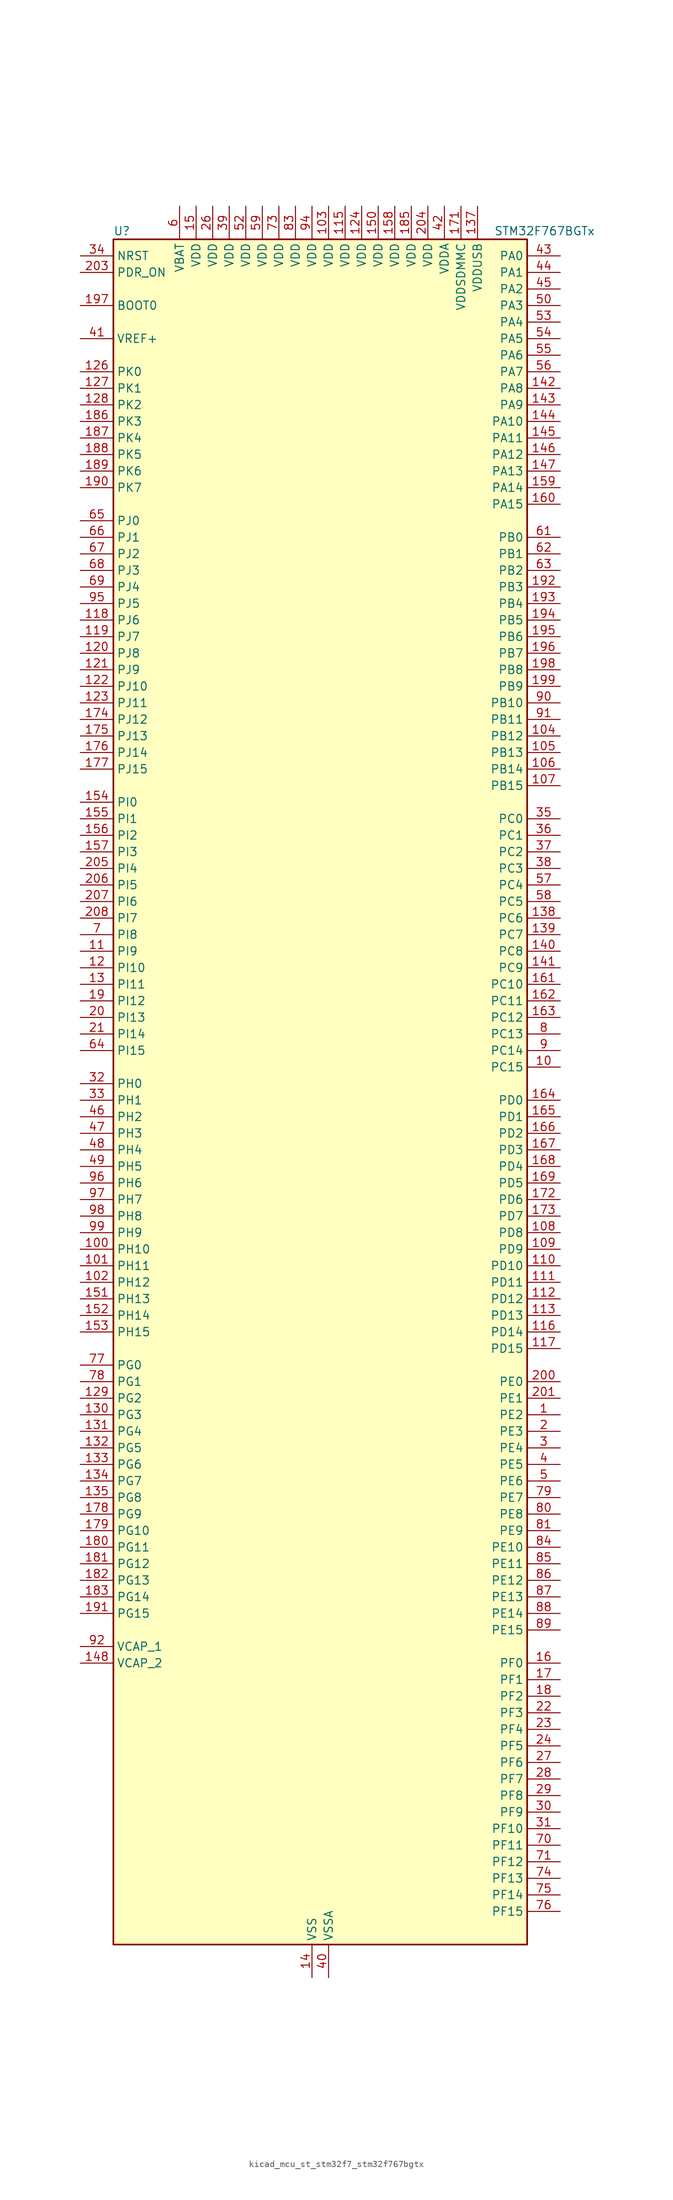
<source format=kicad_sym>
(kicad_symbol_lib
  (version 20220914)
  (generator kicad_symbol_editor)
  (symbol "kicad_mcu_st_stm32f7_stm32f767bgtx"
    (property "Reference" "U"
      (at -30.48 133.35 0)
      (effects (font (size 1.27 1.27)) (justify left)))
    (property "Value" "STM32F767BGTx"
      (at 27.94 133.35 0)
      (effects (font (size 1.27 1.27)) (justify left)))
    (property "ki_locked" ""
      (at 0 0 0)
      (effects (font (size 1.27 1.27))))
    (symbol "kicad_mcu_st_stm32f7_stm32f767bgtx_0_1"
      (rectangle (start -30.48 -129.54) (end 33.02 132.08) (stroke (width 0.254) (type default)) (fill (type background))))
    (symbol "kicad_mcu_st_stm32f7_stm32f767bgtx_1_1"
      (pin bidirectional line (at 38.1 -48.26 180) (length 5.08) (name "PE2" (effects (font (size 1.27 1.27)))) (number "1" (effects (font (size 1.27 1.27)))) (alternate "ETH_TXD3" bidirectional line) (alternate "FMC_A23" bidirectional line) (alternate "QUADSPI_BK1_IO2" bidirectional line) (alternate "SAI1_MCLK_A" bidirectional line) (alternate "SPI4_SCK" bidirectional line) (alternate "SYS_TRACECLK" bidirectional line))
      (pin bidirectional line (at 38.1 5.08 180) (length 5.08) (name "PC15" (effects (font (size 1.27 1.27)))) (number "10" (effects (font (size 1.27 1.27)))) (alternate "RCC_OSC32_OUT" bidirectional line))
      (pin bidirectional line (at -35.56 -22.86 0) (length 5.08) (name "PH10" (effects (font (size 1.27 1.27)))) (number "100" (effects (font (size 1.27 1.27)))) (alternate "DCMI_D1" bidirectional line) (alternate "FMC_D18" bidirectional line) (alternate "I2C4_SMBA" bidirectional line) (alternate "LTDC_R4" bidirectional line) (alternate "TIM5_CH1" bidirectional line))
      (pin bidirectional line (at -35.56 -25.4 0) (length 5.08) (name "PH11" (effects (font (size 1.27 1.27)))) (number "101" (effects (font (size 1.27 1.27)))) (alternate "ADC1_EXTI11" bidirectional line) (alternate "ADC2_EXTI11" bidirectional line) (alternate "ADC3_EXTI11" bidirectional line) (alternate "DCMI_D2" bidirectional line) (alternate "FMC_D19" bidirectional line) (alternate "I2C4_SCL" bidirectional line) (alternate "LTDC_R5" bidirectional line) (alternate "TIM5_CH2" bidirectional line))
      (pin bidirectional line (at -35.56 -27.94 0) (length 5.08) (name "PH12" (effects (font (size 1.27 1.27)))) (number "102" (effects (font (size 1.27 1.27)))) (alternate "DCMI_D3" bidirectional line) (alternate "FMC_D20" bidirectional line) (alternate "I2C4_SDA" bidirectional line) (alternate "LTDC_R6" bidirectional line) (alternate "TIM5_CH3" bidirectional line))
      (pin power_in line (at 2.54 137.16 270) (length 5.08) (name "VDD" (effects (font (size 1.27 1.27)))) (number "103" (effects (font (size 1.27 1.27)))))
      (pin bidirectional line (at 38.1 55.88 180) (length 5.08) (name "PB12" (effects (font (size 1.27 1.27)))) (number "104" (effects (font (size 1.27 1.27)))) (alternate "CAN2_RX" bidirectional line) (alternate "DFSDM1_DATIN1" bidirectional line) (alternate "ETH_TXD0" bidirectional line) (alternate "I2C2_SMBA" bidirectional line) (alternate "I2S2_WS" bidirectional line) (alternate "SPI2_NSS" bidirectional line) (alternate "TIM1_BKIN" bidirectional line) (alternate "UART5_RX" bidirectional line) (alternate "USART3_CK" bidirectional line) (alternate "USB_OTG_HS_ID" bidirectional line) (alternate "USB_OTG_HS_ULPI_D5" bidirectional line))
      (pin bidirectional line (at 38.1 53.34 180) (length 5.08) (name "PB13" (effects (font (size 1.27 1.27)))) (number "105" (effects (font (size 1.27 1.27)))) (alternate "CAN2_TX" bidirectional line) (alternate "DFSDM1_CKIN1" bidirectional line) (alternate "ETH_TXD1" bidirectional line) (alternate "I2S2_CK" bidirectional line) (alternate "SPI2_SCK" bidirectional line) (alternate "TIM1_CH1N" bidirectional line) (alternate "UART5_TX" bidirectional line) (alternate "USART3_CTS" bidirectional line) (alternate "USB_OTG_HS_ULPI_D6" bidirectional line) (alternate "USB_OTG_HS_VBUS" bidirectional line))
      (pin bidirectional line (at 38.1 50.8 180) (length 5.08) (name "PB14" (effects (font (size 1.27 1.27)))) (number "106" (effects (font (size 1.27 1.27)))) (alternate "DFSDM1_DATIN2" bidirectional line) (alternate "SDMMC2_D0" bidirectional line) (alternate "SPI2_MISO" bidirectional line) (alternate "TIM12_CH1" bidirectional line) (alternate "TIM1_CH2N" bidirectional line) (alternate "TIM8_CH2N" bidirectional line) (alternate "UART4_DE" bidirectional line) (alternate "UART4_RTS" bidirectional line) (alternate "USART1_TX" bidirectional line) (alternate "USART3_DE" bidirectional line) (alternate "USART3_RTS" bidirectional line) (alternate "USB_OTG_HS_DM" bidirectional line))
      (pin bidirectional line (at 38.1 48.26 180) (length 5.08) (name "PB15" (effects (font (size 1.27 1.27)))) (number "107" (effects (font (size 1.27 1.27)))) (alternate "DFSDM1_CKIN2" bidirectional line) (alternate "I2S2_SD" bidirectional line) (alternate "RTC_REFIN" bidirectional line) (alternate "SDMMC2_D1" bidirectional line) (alternate "SPI2_MOSI" bidirectional line) (alternate "TIM12_CH2" bidirectional line) (alternate "TIM1_CH3N" bidirectional line) (alternate "TIM8_CH3N" bidirectional line) (alternate "UART4_CTS" bidirectional line) (alternate "USART1_RX" bidirectional line) (alternate "USB_OTG_HS_DP" bidirectional line))
      (pin bidirectional line (at 38.1 -20.32 180) (length 5.08) (name "PD8" (effects (font (size 1.27 1.27)))) (number "108" (effects (font (size 1.27 1.27)))) (alternate "DFSDM1_CKIN3" bidirectional line) (alternate "FMC_D13" bidirectional line) (alternate "FMC_DA13" bidirectional line) (alternate "SPDIFRX_IN1" bidirectional line) (alternate "USART3_TX" bidirectional line))
      (pin bidirectional line (at 38.1 -22.86 180) (length 5.08) (name "PD9" (effects (font (size 1.27 1.27)))) (number "109" (effects (font (size 1.27 1.27)))) (alternate "DAC_EXTI9" bidirectional line) (alternate "DFSDM1_DATIN3" bidirectional line) (alternate "FMC_D14" bidirectional line) (alternate "FMC_DA14" bidirectional line) (alternate "USART3_RX" bidirectional line))
      (pin bidirectional line (at -35.56 22.86 0) (length 5.08) (name "PI9" (effects (font (size 1.27 1.27)))) (number "11" (effects (font (size 1.27 1.27)))) (alternate "CAN1_RX" bidirectional line) (alternate "DAC_EXTI9" bidirectional line) (alternate "FMC_D30" bidirectional line) (alternate "LTDC_VSYNC" bidirectional line) (alternate "UART4_RX" bidirectional line))
      (pin bidirectional line (at 38.1 -25.4 180) (length 5.08) (name "PD10" (effects (font (size 1.27 1.27)))) (number "110" (effects (font (size 1.27 1.27)))) (alternate "DFSDM1_CKOUT" bidirectional line) (alternate "FMC_D15" bidirectional line) (alternate "FMC_DA15" bidirectional line) (alternate "LTDC_B3" bidirectional line) (alternate "USART3_CK" bidirectional line))
      (pin bidirectional line (at 38.1 -27.94 180) (length 5.08) (name "PD11" (effects (font (size 1.27 1.27)))) (number "111" (effects (font (size 1.27 1.27)))) (alternate "ADC1_EXTI11" bidirectional line) (alternate "ADC2_EXTI11" bidirectional line) (alternate "ADC3_EXTI11" bidirectional line) (alternate "FMC_A16" bidirectional line) (alternate "FMC_CLE" bidirectional line) (alternate "I2C4_SMBA" bidirectional line) (alternate "QUADSPI_BK1_IO0" bidirectional line) (alternate "SAI2_SD_A" bidirectional line) (alternate "USART3_CTS" bidirectional line))
      (pin bidirectional line (at 38.1 -30.48 180) (length 5.08) (name "PD12" (effects (font (size 1.27 1.27)))) (number "112" (effects (font (size 1.27 1.27)))) (alternate "FMC_A17" bidirectional line) (alternate "FMC_ALE" bidirectional line) (alternate "I2C4_SCL" bidirectional line) (alternate "LPTIM1_IN1" bidirectional line) (alternate "QUADSPI_BK1_IO1" bidirectional line) (alternate "SAI2_FS_A" bidirectional line) (alternate "TIM4_CH1" bidirectional line) (alternate "USART3_DE" bidirectional line) (alternate "USART3_RTS" bidirectional line))
      (pin bidirectional line (at 38.1 -33.02 180) (length 5.08) (name "PD13" (effects (font (size 1.27 1.27)))) (number "113" (effects (font (size 1.27 1.27)))) (alternate "FMC_A18" bidirectional line) (alternate "I2C4_SDA" bidirectional line) (alternate "LPTIM1_OUT" bidirectional line) (alternate "QUADSPI_BK1_IO3" bidirectional line) (alternate "SAI2_SCK_A" bidirectional line) (alternate "TIM4_CH2" bidirectional line))
      (pin passive line (at 0 -134.62 90) (length 5.08) hide (name "VSS" (effects (font (size 1.27 1.27)))) (number "114" (effects (font (size 1.27 1.27)))))
      (pin power_in line (at 5.08 137.16 270) (length 5.08) (name "VDD" (effects (font (size 1.27 1.27)))) (number "115" (effects (font (size 1.27 1.27)))))
      (pin bidirectional line (at 38.1 -35.56 180) (length 5.08) (name "PD14" (effects (font (size 1.27 1.27)))) (number "116" (effects (font (size 1.27 1.27)))) (alternate "FMC_D0" bidirectional line) (alternate "FMC_DA0" bidirectional line) (alternate "TIM4_CH3" bidirectional line) (alternate "UART8_CTS" bidirectional line))
      (pin bidirectional line (at 38.1 -38.1 180) (length 5.08) (name "PD15" (effects (font (size 1.27 1.27)))) (number "117" (effects (font (size 1.27 1.27)))) (alternate "FMC_D1" bidirectional line) (alternate "FMC_DA1" bidirectional line) (alternate "TIM4_CH4" bidirectional line) (alternate "UART8_DE" bidirectional line) (alternate "UART8_RTS" bidirectional line))
      (pin bidirectional line (at -35.56 73.66 0) (length 5.08) (name "PJ6" (effects (font (size 1.27 1.27)))) (number "118" (effects (font (size 1.27 1.27)))) (alternate "LTDC_R7" bidirectional line))
      (pin bidirectional line (at -35.56 71.12 0) (length 5.08) (name "PJ7" (effects (font (size 1.27 1.27)))) (number "119" (effects (font (size 1.27 1.27)))) (alternate "LTDC_G0" bidirectional line))
      (pin bidirectional line (at -35.56 20.32 0) (length 5.08) (name "PI10" (effects (font (size 1.27 1.27)))) (number "12" (effects (font (size 1.27 1.27)))) (alternate "ETH_RX_ER" bidirectional line) (alternate "FMC_D31" bidirectional line) (alternate "LTDC_HSYNC" bidirectional line))
      (pin bidirectional line (at -35.56 68.58 0) (length 5.08) (name "PJ8" (effects (font (size 1.27 1.27)))) (number "120" (effects (font (size 1.27 1.27)))) (alternate "LTDC_G1" bidirectional line))
      (pin bidirectional line (at -35.56 66.04 0) (length 5.08) (name "PJ9" (effects (font (size 1.27 1.27)))) (number "121" (effects (font (size 1.27 1.27)))) (alternate "DAC_EXTI9" bidirectional line) (alternate "LTDC_G2" bidirectional line))
      (pin bidirectional line (at -35.56 63.5 0) (length 5.08) (name "PJ10" (effects (font (size 1.27 1.27)))) (number "122" (effects (font (size 1.27 1.27)))) (alternate "LTDC_G3" bidirectional line))
      (pin bidirectional line (at -35.56 60.96 0) (length 5.08) (name "PJ11" (effects (font (size 1.27 1.27)))) (number "123" (effects (font (size 1.27 1.27)))) (alternate "ADC1_EXTI11" bidirectional line) (alternate "ADC2_EXTI11" bidirectional line) (alternate "ADC3_EXTI11" bidirectional line) (alternate "LTDC_G4" bidirectional line))
      (pin power_in line (at 7.62 137.16 270) (length 5.08) (name "VDD" (effects (font (size 1.27 1.27)))) (number "124" (effects (font (size 1.27 1.27)))))
      (pin passive line (at 0 -134.62 90) (length 5.08) hide (name "VSS" (effects (font (size 1.27 1.27)))) (number "125" (effects (font (size 1.27 1.27)))))
      (pin bidirectional line (at -35.56 111.76 0) (length 5.08) (name "PK0" (effects (font (size 1.27 1.27)))) (number "126" (effects (font (size 1.27 1.27)))) (alternate "LTDC_G5" bidirectional line))
      (pin bidirectional line (at -35.56 109.22 0) (length 5.08) (name "PK1" (effects (font (size 1.27 1.27)))) (number "127" (effects (font (size 1.27 1.27)))) (alternate "LTDC_G6" bidirectional line))
      (pin bidirectional line (at -35.56 106.68 0) (length 5.08) (name "PK2" (effects (font (size 1.27 1.27)))) (number "128" (effects (font (size 1.27 1.27)))) (alternate "LTDC_G7" bidirectional line))
      (pin bidirectional line (at -35.56 -45.72 0) (length 5.08) (name "PG2" (effects (font (size 1.27 1.27)))) (number "129" (effects (font (size 1.27 1.27)))) (alternate "FMC_A12" bidirectional line))
      (pin bidirectional line (at -35.56 17.78 0) (length 5.08) (name "PI11" (effects (font (size 1.27 1.27)))) (number "13" (effects (font (size 1.27 1.27)))) (alternate "ADC1_EXTI11" bidirectional line) (alternate "ADC2_EXTI11" bidirectional line) (alternate "ADC3_EXTI11" bidirectional line) (alternate "LTDC_G6" bidirectional line) (alternate "SYS_WKUP6" bidirectional line) (alternate "USB_OTG_HS_ULPI_DIR" bidirectional line))
      (pin bidirectional line (at -35.56 -48.26 0) (length 5.08) (name "PG3" (effects (font (size 1.27 1.27)))) (number "130" (effects (font (size 1.27 1.27)))) (alternate "FMC_A13" bidirectional line))
      (pin bidirectional line (at -35.56 -50.8 0) (length 5.08) (name "PG4" (effects (font (size 1.27 1.27)))) (number "131" (effects (font (size 1.27 1.27)))) (alternate "FMC_A14" bidirectional line) (alternate "FMC_BA0" bidirectional line))
      (pin bidirectional line (at -35.56 -53.34 0) (length 5.08) (name "PG5" (effects (font (size 1.27 1.27)))) (number "132" (effects (font (size 1.27 1.27)))) (alternate "FMC_A15" bidirectional line) (alternate "FMC_BA1" bidirectional line))
      (pin bidirectional line (at -35.56 -55.88 0) (length 5.08) (name "PG6" (effects (font (size 1.27 1.27)))) (number "133" (effects (font (size 1.27 1.27)))) (alternate "DCMI_D12" bidirectional line) (alternate "FMC_NE3" bidirectional line) (alternate "LTDC_R7" bidirectional line))
      (pin bidirectional line (at -35.56 -58.42 0) (length 5.08) (name "PG7" (effects (font (size 1.27 1.27)))) (number "134" (effects (font (size 1.27 1.27)))) (alternate "DCMI_D13" bidirectional line) (alternate "FMC_INT" bidirectional line) (alternate "LTDC_CLK" bidirectional line) (alternate "SAI1_MCLK_A" bidirectional line) (alternate "USART6_CK" bidirectional line))
      (pin bidirectional line (at -35.56 -60.96 0) (length 5.08) (name "PG8" (effects (font (size 1.27 1.27)))) (number "135" (effects (font (size 1.27 1.27)))) (alternate "ETH_PPS_OUT" bidirectional line) (alternate "FMC_SDCLK" bidirectional line) (alternate "LTDC_G7" bidirectional line) (alternate "SPDIFRX_IN2" bidirectional line) (alternate "SPI6_NSS" bidirectional line) (alternate "USART6_DE" bidirectional line) (alternate "USART6_RTS" bidirectional line))
      (pin passive line (at 0 -134.62 90) (length 5.08) hide (name "VSS" (effects (font (size 1.27 1.27)))) (number "136" (effects (font (size 1.27 1.27)))))
      (pin power_in line (at 25.4 137.16 270) (length 5.08) (name "VDDUSB" (effects (font (size 1.27 1.27)))) (number "137" (effects (font (size 1.27 1.27)))))
      (pin bidirectional line (at 38.1 27.94 180) (length 5.08) (name "PC6" (effects (font (size 1.27 1.27)))) (number "138" (effects (font (size 1.27 1.27)))) (alternate "DCMI_D0" bidirectional line) (alternate "DFSDM1_CKIN3" bidirectional line) (alternate "FMC_NWAIT" bidirectional line) (alternate "I2S2_MCK" bidirectional line) (alternate "LTDC_HSYNC" bidirectional line) (alternate "SDMMC1_D6" bidirectional line) (alternate "SDMMC2_D6" bidirectional line) (alternate "TIM3_CH1" bidirectional line) (alternate "TIM8_CH1" bidirectional line) (alternate "USART6_TX" bidirectional line))
      (pin bidirectional line (at 38.1 25.4 180) (length 5.08) (name "PC7" (effects (font (size 1.27 1.27)))) (number "139" (effects (font (size 1.27 1.27)))) (alternate "DCMI_D1" bidirectional line) (alternate "DFSDM1_DATIN3" bidirectional line) (alternate "FMC_NE1" bidirectional line) (alternate "I2S3_MCK" bidirectional line) (alternate "LTDC_G6" bidirectional line) (alternate "SDMMC1_D7" bidirectional line) (alternate "SDMMC2_D7" bidirectional line) (alternate "TIM3_CH2" bidirectional line) (alternate "TIM8_CH2" bidirectional line) (alternate "USART6_RX" bidirectional line))
      (pin power_in line (at 0 -134.62 90) (length 5.08) (name "VSS" (effects (font (size 1.27 1.27)))) (number "14" (effects (font (size 1.27 1.27)))))
      (pin bidirectional line (at 38.1 22.86 180) (length 5.08) (name "PC8" (effects (font (size 1.27 1.27)))) (number "140" (effects (font (size 1.27 1.27)))) (alternate "DCMI_D2" bidirectional line) (alternate "FMC_NCE" bidirectional line) (alternate "FMC_NE2" bidirectional line) (alternate "SDMMC1_D0" bidirectional line) (alternate "SYS_TRACED1" bidirectional line) (alternate "TIM3_CH3" bidirectional line) (alternate "TIM8_CH3" bidirectional line) (alternate "UART5_DE" bidirectional line) (alternate "UART5_RTS" bidirectional line) (alternate "USART6_CK" bidirectional line))
      (pin bidirectional line (at 38.1 20.32 180) (length 5.08) (name "PC9" (effects (font (size 1.27 1.27)))) (number "141" (effects (font (size 1.27 1.27)))) (alternate "DAC_EXTI9" bidirectional line) (alternate "DCMI_D3" bidirectional line) (alternate "I2C3_SDA" bidirectional line) (alternate "I2S_CKIN" bidirectional line) (alternate "LTDC_B2" bidirectional line) (alternate "LTDC_G3" bidirectional line) (alternate "QUADSPI_BK1_IO0" bidirectional line) (alternate "RCC_MCO_2" bidirectional line) (alternate "SDMMC1_D1" bidirectional line) (alternate "TIM3_CH4" bidirectional line) (alternate "TIM8_CH4" bidirectional line) (alternate "UART5_CTS" bidirectional line))
      (pin bidirectional line (at 38.1 109.22 180) (length 5.08) (name "PA8" (effects (font (size 1.27 1.27)))) (number "142" (effects (font (size 1.27 1.27)))) (alternate "CAN3_RX" bidirectional line) (alternate "I2C3_SCL" bidirectional line) (alternate "LTDC_B3" bidirectional line) (alternate "LTDC_R6" bidirectional line) (alternate "RCC_MCO_1" bidirectional line) (alternate "TIM1_CH1" bidirectional line) (alternate "TIM8_BKIN2" bidirectional line) (alternate "UART7_RX" bidirectional line) (alternate "USART1_CK" bidirectional line) (alternate "USB_OTG_FS_SOF" bidirectional line))
      (pin bidirectional line (at 38.1 106.68 180) (length 5.08) (name "PA9" (effects (font (size 1.27 1.27)))) (number "143" (effects (font (size 1.27 1.27)))) (alternate "DAC_EXTI9" bidirectional line) (alternate "DCMI_D0" bidirectional line) (alternate "I2C3_SMBA" bidirectional line) (alternate "I2S2_CK" bidirectional line) (alternate "LTDC_R5" bidirectional line) (alternate "SPI2_SCK" bidirectional line) (alternate "TIM1_CH2" bidirectional line) (alternate "USART1_TX" bidirectional line) (alternate "USB_OTG_FS_VBUS" bidirectional line))
      (pin bidirectional line (at 38.1 104.14 180) (length 5.08) (name "PA10" (effects (font (size 1.27 1.27)))) (number "144" (effects (font (size 1.27 1.27)))) (alternate "DCMI_D1" bidirectional line) (alternate "LTDC_B1" bidirectional line) (alternate "LTDC_B4" bidirectional line) (alternate "MDIOS_MDIO" bidirectional line) (alternate "TIM1_CH3" bidirectional line) (alternate "USART1_RX" bidirectional line) (alternate "USB_OTG_FS_ID" bidirectional line))
      (pin bidirectional line (at 38.1 101.6 180) (length 5.08) (name "PA11" (effects (font (size 1.27 1.27)))) (number "145" (effects (font (size 1.27 1.27)))) (alternate "ADC1_EXTI11" bidirectional line) (alternate "ADC2_EXTI11" bidirectional line) (alternate "ADC3_EXTI11" bidirectional line) (alternate "CAN1_RX" bidirectional line) (alternate "I2S2_WS" bidirectional line) (alternate "LTDC_R4" bidirectional line) (alternate "SPI2_NSS" bidirectional line) (alternate "TIM1_CH4" bidirectional line) (alternate "UART4_RX" bidirectional line) (alternate "USART1_CTS" bidirectional line) (alternate "USB_OTG_FS_DM" bidirectional line))
      (pin bidirectional line (at 38.1 99.06 180) (length 5.08) (name "PA12" (effects (font (size 1.27 1.27)))) (number "146" (effects (font (size 1.27 1.27)))) (alternate "CAN1_TX" bidirectional line) (alternate "I2S2_CK" bidirectional line) (alternate "LTDC_R5" bidirectional line) (alternate "SAI2_FS_B" bidirectional line) (alternate "SPI2_SCK" bidirectional line) (alternate "TIM1_ETR" bidirectional line) (alternate "UART4_TX" bidirectional line) (alternate "USART1_DE" bidirectional line) (alternate "USART1_RTS" bidirectional line) (alternate "USB_OTG_FS_DP" bidirectional line))
      (pin bidirectional line (at 38.1 96.52 180) (length 5.08) (name "PA13" (effects (font (size 1.27 1.27)))) (number "147" (effects (font (size 1.27 1.27)))) (alternate "SYS_JTMS-SWDIO" bidirectional line))
      (pin power_out line (at -35.56 -86.36 0) (length 5.08) (name "VCAP_2" (effects (font (size 1.27 1.27)))) (number "148" (effects (font (size 1.27 1.27)))))
      (pin passive line (at 0 -134.62 90) (length 5.08) hide (name "VSS" (effects (font (size 1.27 1.27)))) (number "149" (effects (font (size 1.27 1.27)))))
      (pin power_in line (at -17.78 137.16 270) (length 5.08) (name "VDD" (effects (font (size 1.27 1.27)))) (number "15" (effects (font (size 1.27 1.27)))))
      (pin power_in line (at 10.16 137.16 270) (length 5.08) (name "VDD" (effects (font (size 1.27 1.27)))) (number "150" (effects (font (size 1.27 1.27)))))
      (pin bidirectional line (at -35.56 -30.48 0) (length 5.08) (name "PH13" (effects (font (size 1.27 1.27)))) (number "151" (effects (font (size 1.27 1.27)))) (alternate "CAN1_TX" bidirectional line) (alternate "FMC_D21" bidirectional line) (alternate "LTDC_G2" bidirectional line) (alternate "TIM8_CH1N" bidirectional line) (alternate "UART4_TX" bidirectional line))
      (pin bidirectional line (at -35.56 -33.02 0) (length 5.08) (name "PH14" (effects (font (size 1.27 1.27)))) (number "152" (effects (font (size 1.27 1.27)))) (alternate "CAN1_RX" bidirectional line) (alternate "DCMI_D4" bidirectional line) (alternate "FMC_D22" bidirectional line) (alternate "LTDC_G3" bidirectional line) (alternate "TIM8_CH2N" bidirectional line) (alternate "UART4_RX" bidirectional line))
      (pin bidirectional line (at -35.56 -35.56 0) (length 5.08) (name "PH15" (effects (font (size 1.27 1.27)))) (number "153" (effects (font (size 1.27 1.27)))) (alternate "DCMI_D11" bidirectional line) (alternate "FMC_D23" bidirectional line) (alternate "LTDC_G4" bidirectional line) (alternate "TIM8_CH3N" bidirectional line))
      (pin bidirectional line (at -35.56 45.72 0) (length 5.08) (name "PI0" (effects (font (size 1.27 1.27)))) (number "154" (effects (font (size 1.27 1.27)))) (alternate "DCMI_D13" bidirectional line) (alternate "FMC_D24" bidirectional line) (alternate "I2S2_WS" bidirectional line) (alternate "LTDC_G5" bidirectional line) (alternate "SPI2_NSS" bidirectional line) (alternate "TIM5_CH4" bidirectional line))
      (pin bidirectional line (at -35.56 43.18 0) (length 5.08) (name "PI1" (effects (font (size 1.27 1.27)))) (number "155" (effects (font (size 1.27 1.27)))) (alternate "DCMI_D8" bidirectional line) (alternate "FMC_D25" bidirectional line) (alternate "I2S2_CK" bidirectional line) (alternate "LTDC_G6" bidirectional line) (alternate "SPI2_SCK" bidirectional line) (alternate "TIM8_BKIN2" bidirectional line))
      (pin bidirectional line (at -35.56 40.64 0) (length 5.08) (name "PI2" (effects (font (size 1.27 1.27)))) (number "156" (effects (font (size 1.27 1.27)))) (alternate "DCMI_D9" bidirectional line) (alternate "FMC_D26" bidirectional line) (alternate "LTDC_G7" bidirectional line) (alternate "SPI2_MISO" bidirectional line) (alternate "TIM8_CH4" bidirectional line))
      (pin bidirectional line (at -35.56 38.1 0) (length 5.08) (name "PI3" (effects (font (size 1.27 1.27)))) (number "157" (effects (font (size 1.27 1.27)))) (alternate "DCMI_D10" bidirectional line) (alternate "FMC_D27" bidirectional line) (alternate "I2S2_SD" bidirectional line) (alternate "SPI2_MOSI" bidirectional line) (alternate "TIM8_ETR" bidirectional line))
      (pin power_in line (at 12.7 137.16 270) (length 5.08) (name "VDD" (effects (font (size 1.27 1.27)))) (number "158" (effects (font (size 1.27 1.27)))))
      (pin bidirectional line (at 38.1 93.98 180) (length 5.08) (name "PA14" (effects (font (size 1.27 1.27)))) (number "159" (effects (font (size 1.27 1.27)))) (alternate "SYS_JTCK-SWCLK" bidirectional line))
      (pin bidirectional line (at 38.1 -86.36 180) (length 5.08) (name "PF0" (effects (font (size 1.27 1.27)))) (number "16" (effects (font (size 1.27 1.27)))) (alternate "FMC_A0" bidirectional line) (alternate "I2C2_SDA" bidirectional line))
      (pin bidirectional line (at 38.1 91.44 180) (length 5.08) (name "PA15" (effects (font (size 1.27 1.27)))) (number "160" (effects (font (size 1.27 1.27)))) (alternate "CAN3_TX" bidirectional line) (alternate "CEC" bidirectional line) (alternate "I2S1_WS" bidirectional line) (alternate "I2S3_WS" bidirectional line) (alternate "SPI1_NSS" bidirectional line) (alternate "SPI3_NSS" bidirectional line) (alternate "SPI6_NSS" bidirectional line) (alternate "SYS_JTDI" bidirectional line) (alternate "TIM2_CH1" bidirectional line) (alternate "TIM2_ETR" bidirectional line) (alternate "UART4_DE" bidirectional line) (alternate "UART4_RTS" bidirectional line) (alternate "UART7_TX" bidirectional line))
      (pin bidirectional line (at 38.1 17.78 180) (length 5.08) (name "PC10" (effects (font (size 1.27 1.27)))) (number "161" (effects (font (size 1.27 1.27)))) (alternate "DCMI_D8" bidirectional line) (alternate "DFSDM1_CKIN5" bidirectional line) (alternate "I2S3_CK" bidirectional line) (alternate "LTDC_R2" bidirectional line) (alternate "QUADSPI_BK1_IO1" bidirectional line) (alternate "SDMMC1_D2" bidirectional line) (alternate "SPI3_SCK" bidirectional line) (alternate "UART4_TX" bidirectional line) (alternate "USART3_TX" bidirectional line))
      (pin bidirectional line (at 38.1 15.24 180) (length 5.08) (name "PC11" (effects (font (size 1.27 1.27)))) (number "162" (effects (font (size 1.27 1.27)))) (alternate "ADC1_EXTI11" bidirectional line) (alternate "ADC2_EXTI11" bidirectional line) (alternate "ADC3_EXTI11" bidirectional line) (alternate "DCMI_D4" bidirectional line) (alternate "DFSDM1_DATIN5" bidirectional line) (alternate "QUADSPI_BK2_NCS" bidirectional line) (alternate "SDMMC1_D3" bidirectional line) (alternate "SPI3_MISO" bidirectional line) (alternate "UART4_RX" bidirectional line) (alternate "USART3_RX" bidirectional line))
      (pin bidirectional line (at 38.1 12.7 180) (length 5.08) (name "PC12" (effects (font (size 1.27 1.27)))) (number "163" (effects (font (size 1.27 1.27)))) (alternate "DCMI_D9" bidirectional line) (alternate "I2S3_SD" bidirectional line) (alternate "SDMMC1_CK" bidirectional line) (alternate "SPI3_MOSI" bidirectional line) (alternate "SYS_TRACED3" bidirectional line) (alternate "UART5_TX" bidirectional line) (alternate "USART3_CK" bidirectional line))
      (pin bidirectional line (at 38.1 0 180) (length 5.08) (name "PD0" (effects (font (size 1.27 1.27)))) (number "164" (effects (font (size 1.27 1.27)))) (alternate "CAN1_RX" bidirectional line) (alternate "DFSDM1_CKIN6" bidirectional line) (alternate "DFSDM1_DATIN7" bidirectional line) (alternate "FMC_D2" bidirectional line) (alternate "FMC_DA2" bidirectional line) (alternate "UART4_RX" bidirectional line))
      (pin bidirectional line (at 38.1 -2.54 180) (length 5.08) (name "PD1" (effects (font (size 1.27 1.27)))) (number "165" (effects (font (size 1.27 1.27)))) (alternate "CAN1_TX" bidirectional line) (alternate "DFSDM1_CKIN7" bidirectional line) (alternate "DFSDM1_DATIN6" bidirectional line) (alternate "FMC_D3" bidirectional line) (alternate "FMC_DA3" bidirectional line) (alternate "UART4_TX" bidirectional line))
      (pin bidirectional line (at 38.1 -5.08 180) (length 5.08) (name "PD2" (effects (font (size 1.27 1.27)))) (number "166" (effects (font (size 1.27 1.27)))) (alternate "DCMI_D11" bidirectional line) (alternate "SDMMC1_CMD" bidirectional line) (alternate "SYS_TRACED2" bidirectional line) (alternate "TIM3_ETR" bidirectional line) (alternate "UART5_RX" bidirectional line))
      (pin bidirectional line (at 38.1 -7.62 180) (length 5.08) (name "PD3" (effects (font (size 1.27 1.27)))) (number "167" (effects (font (size 1.27 1.27)))) (alternate "DCMI_D5" bidirectional line) (alternate "DFSDM1_CKOUT" bidirectional line) (alternate "DFSDM1_DATIN0" bidirectional line) (alternate "FMC_CLK" bidirectional line) (alternate "I2S2_CK" bidirectional line) (alternate "LTDC_G7" bidirectional line) (alternate "SPI2_SCK" bidirectional line) (alternate "USART2_CTS" bidirectional line))
      (pin bidirectional line (at 38.1 -10.16 180) (length 5.08) (name "PD4" (effects (font (size 1.27 1.27)))) (number "168" (effects (font (size 1.27 1.27)))) (alternate "DFSDM1_CKIN0" bidirectional line) (alternate "FMC_NOE" bidirectional line) (alternate "USART2_DE" bidirectional line) (alternate "USART2_RTS" bidirectional line))
      (pin bidirectional line (at 38.1 -12.7 180) (length 5.08) (name "PD5" (effects (font (size 1.27 1.27)))) (number "169" (effects (font (size 1.27 1.27)))) (alternate "FMC_NWE" bidirectional line) (alternate "USART2_TX" bidirectional line))
      (pin bidirectional line (at 38.1 -88.9 180) (length 5.08) (name "PF1" (effects (font (size 1.27 1.27)))) (number "17" (effects (font (size 1.27 1.27)))) (alternate "FMC_A1" bidirectional line) (alternate "I2C2_SCL" bidirectional line))
      (pin passive line (at 0 -134.62 90) (length 5.08) hide (name "VSS" (effects (font (size 1.27 1.27)))) (number "170" (effects (font (size 1.27 1.27)))))
      (pin power_in line (at 22.86 137.16 270) (length 5.08) (name "VDDSDMMC" (effects (font (size 1.27 1.27)))) (number "171" (effects (font (size 1.27 1.27)))))
      (pin bidirectional line (at 38.1 -15.24 180) (length 5.08) (name "PD6" (effects (font (size 1.27 1.27)))) (number "172" (effects (font (size 1.27 1.27)))) (alternate "DCMI_D10" bidirectional line) (alternate "DFSDM1_CKIN4" bidirectional line) (alternate "DFSDM1_DATIN1" bidirectional line) (alternate "FMC_NWAIT" bidirectional line) (alternate "I2S3_SD" bidirectional line) (alternate "LTDC_B2" bidirectional line) (alternate "SAI1_SD_A" bidirectional line) (alternate "SDMMC2_CK" bidirectional line) (alternate "SPI3_MOSI" bidirectional line) (alternate "USART2_RX" bidirectional line))
      (pin bidirectional line (at 38.1 -17.78 180) (length 5.08) (name "PD7" (effects (font (size 1.27 1.27)))) (number "173" (effects (font (size 1.27 1.27)))) (alternate "DFSDM1_CKIN1" bidirectional line) (alternate "DFSDM1_DATIN4" bidirectional line) (alternate "FMC_NE1" bidirectional line) (alternate "I2S1_SD" bidirectional line) (alternate "SDMMC2_CMD" bidirectional line) (alternate "SPDIFRX_IN0" bidirectional line) (alternate "SPI1_MOSI" bidirectional line) (alternate "USART2_CK" bidirectional line))
      (pin bidirectional line (at -35.56 58.42 0) (length 5.08) (name "PJ12" (effects (font (size 1.27 1.27)))) (number "174" (effects (font (size 1.27 1.27)))) (alternate "LTDC_B0" bidirectional line) (alternate "LTDC_G3" bidirectional line))
      (pin bidirectional line (at -35.56 55.88 0) (length 5.08) (name "PJ13" (effects (font (size 1.27 1.27)))) (number "175" (effects (font (size 1.27 1.27)))) (alternate "LTDC_B1" bidirectional line) (alternate "LTDC_G4" bidirectional line))
      (pin bidirectional line (at -35.56 53.34 0) (length 5.08) (name "PJ14" (effects (font (size 1.27 1.27)))) (number "176" (effects (font (size 1.27 1.27)))) (alternate "LTDC_B2" bidirectional line))
      (pin bidirectional line (at -35.56 50.8 0) (length 5.08) (name "PJ15" (effects (font (size 1.27 1.27)))) (number "177" (effects (font (size 1.27 1.27)))) (alternate "LTDC_B3" bidirectional line))
      (pin bidirectional line (at -35.56 -63.5 0) (length 5.08) (name "PG9" (effects (font (size 1.27 1.27)))) (number "178" (effects (font (size 1.27 1.27)))) (alternate "DAC_EXTI9" bidirectional line) (alternate "DCMI_VSYNC" bidirectional line) (alternate "FMC_NCE" bidirectional line) (alternate "FMC_NE2" bidirectional line) (alternate "QUADSPI_BK2_IO2" bidirectional line) (alternate "SAI2_FS_B" bidirectional line) (alternate "SDMMC2_D0" bidirectional line) (alternate "SPDIFRX_IN3" bidirectional line) (alternate "SPI1_MISO" bidirectional line) (alternate "USART6_RX" bidirectional line))
      (pin bidirectional line (at -35.56 -66.04 0) (length 5.08) (name "PG10" (effects (font (size 1.27 1.27)))) (number "179" (effects (font (size 1.27 1.27)))) (alternate "DCMI_D2" bidirectional line) (alternate "FMC_NE3" bidirectional line) (alternate "I2S1_WS" bidirectional line) (alternate "LTDC_B2" bidirectional line) (alternate "LTDC_G3" bidirectional line) (alternate "SAI2_SD_B" bidirectional line) (alternate "SDMMC2_D1" bidirectional line) (alternate "SPI1_NSS" bidirectional line))
      (pin bidirectional line (at 38.1 -91.44 180) (length 5.08) (name "PF2" (effects (font (size 1.27 1.27)))) (number "18" (effects (font (size 1.27 1.27)))) (alternate "FMC_A2" bidirectional line) (alternate "I2C2_SMBA" bidirectional line))
      (pin bidirectional line (at -35.56 -68.58 0) (length 5.08) (name "PG11" (effects (font (size 1.27 1.27)))) (number "180" (effects (font (size 1.27 1.27)))) (alternate "ADC1_EXTI11" bidirectional line) (alternate "ADC2_EXTI11" bidirectional line) (alternate "ADC3_EXTI11" bidirectional line) (alternate "DCMI_D3" bidirectional line) (alternate "ETH_TX_EN" bidirectional line) (alternate "I2S1_CK" bidirectional line) (alternate "LTDC_B3" bidirectional line) (alternate "SDMMC2_D2" bidirectional line) (alternate "SPDIFRX_IN0" bidirectional line) (alternate "SPI1_SCK" bidirectional line))
      (pin bidirectional line (at -35.56 -71.12 0) (length 5.08) (name "PG12" (effects (font (size 1.27 1.27)))) (number "181" (effects (font (size 1.27 1.27)))) (alternate "FMC_NE4" bidirectional line) (alternate "LPTIM1_IN1" bidirectional line) (alternate "LTDC_B1" bidirectional line) (alternate "LTDC_B4" bidirectional line) (alternate "SDMMC2_D3" bidirectional line) (alternate "SPDIFRX_IN1" bidirectional line) (alternate "SPI6_MISO" bidirectional line) (alternate "USART6_DE" bidirectional line) (alternate "USART6_RTS" bidirectional line))
      (pin bidirectional line (at -35.56 -73.66 0) (length 5.08) (name "PG13" (effects (font (size 1.27 1.27)))) (number "182" (effects (font (size 1.27 1.27)))) (alternate "ETH_TXD0" bidirectional line) (alternate "FMC_A24" bidirectional line) (alternate "LPTIM1_OUT" bidirectional line) (alternate "LTDC_R0" bidirectional line) (alternate "SPI6_SCK" bidirectional line) (alternate "SYS_TRACED0" bidirectional line) (alternate "USART6_CTS" bidirectional line))
      (pin bidirectional line (at -35.56 -76.2 0) (length 5.08) (name "PG14" (effects (font (size 1.27 1.27)))) (number "183" (effects (font (size 1.27 1.27)))) (alternate "ETH_TXD1" bidirectional line) (alternate "FMC_A25" bidirectional line) (alternate "LPTIM1_ETR" bidirectional line) (alternate "LTDC_B0" bidirectional line) (alternate "QUADSPI_BK2_IO3" bidirectional line) (alternate "SPI6_MOSI" bidirectional line) (alternate "SYS_TRACED1" bidirectional line) (alternate "USART6_TX" bidirectional line))
      (pin passive line (at 0 -134.62 90) (length 5.08) hide (name "VSS" (effects (font (size 1.27 1.27)))) (number "184" (effects (font (size 1.27 1.27)))))
      (pin power_in line (at 15.24 137.16 270) (length 5.08) (name "VDD" (effects (font (size 1.27 1.27)))) (number "185" (effects (font (size 1.27 1.27)))))
      (pin bidirectional line (at -35.56 104.14 0) (length 5.08) (name "PK3" (effects (font (size 1.27 1.27)))) (number "186" (effects (font (size 1.27 1.27)))) (alternate "LTDC_B4" bidirectional line))
      (pin bidirectional line (at -35.56 101.6 0) (length 5.08) (name "PK4" (effects (font (size 1.27 1.27)))) (number "187" (effects (font (size 1.27 1.27)))) (alternate "LTDC_B5" bidirectional line))
      (pin bidirectional line (at -35.56 99.06 0) (length 5.08) (name "PK5" (effects (font (size 1.27 1.27)))) (number "188" (effects (font (size 1.27 1.27)))) (alternate "LTDC_B6" bidirectional line))
      (pin bidirectional line (at -35.56 96.52 0) (length 5.08) (name "PK6" (effects (font (size 1.27 1.27)))) (number "189" (effects (font (size 1.27 1.27)))) (alternate "LTDC_B7" bidirectional line))
      (pin bidirectional line (at -35.56 15.24 0) (length 5.08) (name "PI12" (effects (font (size 1.27 1.27)))) (number "19" (effects (font (size 1.27 1.27)))) (alternate "LTDC_HSYNC" bidirectional line))
      (pin bidirectional line (at -35.56 93.98 0) (length 5.08) (name "PK7" (effects (font (size 1.27 1.27)))) (number "190" (effects (font (size 1.27 1.27)))) (alternate "LTDC_DE" bidirectional line))
      (pin bidirectional line (at -35.56 -78.74 0) (length 5.08) (name "PG15" (effects (font (size 1.27 1.27)))) (number "191" (effects (font (size 1.27 1.27)))) (alternate "DCMI_D13" bidirectional line) (alternate "FMC_SDNCAS" bidirectional line) (alternate "USART6_CTS" bidirectional line))
      (pin bidirectional line (at 38.1 78.74 180) (length 5.08) (name "PB3" (effects (font (size 1.27 1.27)))) (number "192" (effects (font (size 1.27 1.27)))) (alternate "CAN3_RX" bidirectional line) (alternate "I2S1_CK" bidirectional line) (alternate "I2S3_CK" bidirectional line) (alternate "SDMMC2_D2" bidirectional line) (alternate "SPI1_SCK" bidirectional line) (alternate "SPI3_SCK" bidirectional line) (alternate "SPI6_SCK" bidirectional line) (alternate "SYS_JTDO-SWO" bidirectional line) (alternate "TIM2_CH2" bidirectional line) (alternate "UART7_RX" bidirectional line))
      (pin bidirectional line (at 38.1 76.2 180) (length 5.08) (name "PB4" (effects (font (size 1.27 1.27)))) (number "193" (effects (font (size 1.27 1.27)))) (alternate "CAN3_TX" bidirectional line) (alternate "I2S2_WS" bidirectional line) (alternate "SDMMC2_D3" bidirectional line) (alternate "SPI1_MISO" bidirectional line) (alternate "SPI2_NSS" bidirectional line) (alternate "SPI3_MISO" bidirectional line) (alternate "SPI6_MISO" bidirectional line) (alternate "SYS_JTRST" bidirectional line) (alternate "TIM3_CH1" bidirectional line) (alternate "UART7_TX" bidirectional line))
      (pin bidirectional line (at 38.1 73.66 180) (length 5.08) (name "PB5" (effects (font (size 1.27 1.27)))) (number "194" (effects (font (size 1.27 1.27)))) (alternate "CAN2_RX" bidirectional line) (alternate "DCMI_D10" bidirectional line) (alternate "ETH_PPS_OUT" bidirectional line) (alternate "FMC_SDCKE1" bidirectional line) (alternate "I2C1_SMBA" bidirectional line) (alternate "I2S1_SD" bidirectional line) (alternate "I2S3_SD" bidirectional line) (alternate "LTDC_G7" bidirectional line) (alternate "SPI1_MOSI" bidirectional line) (alternate "SPI3_MOSI" bidirectional line) (alternate "SPI6_MOSI" bidirectional line) (alternate "TIM3_CH2" bidirectional line) (alternate "UART5_RX" bidirectional line) (alternate "USB_OTG_HS_ULPI_D7" bidirectional line))
      (pin bidirectional line (at 38.1 71.12 180) (length 5.08) (name "PB6" (effects (font (size 1.27 1.27)))) (number "195" (effects (font (size 1.27 1.27)))) (alternate "CAN2_TX" bidirectional line) (alternate "CEC" bidirectional line) (alternate "DCMI_D5" bidirectional line) (alternate "DFSDM1_DATIN5" bidirectional line) (alternate "FMC_SDNE1" bidirectional line) (alternate "I2C1_SCL" bidirectional line) (alternate "I2C4_SCL" bidirectional line) (alternate "QUADSPI_BK1_NCS" bidirectional line) (alternate "TIM4_CH1" bidirectional line) (alternate "UART5_TX" bidirectional line) (alternate "USART1_TX" bidirectional line))
      (pin bidirectional line (at 38.1 68.58 180) (length 5.08) (name "PB7" (effects (font (size 1.27 1.27)))) (number "196" (effects (font (size 1.27 1.27)))) (alternate "DCMI_VSYNC" bidirectional line) (alternate "DFSDM1_CKIN5" bidirectional line) (alternate "FMC_NL" bidirectional line) (alternate "I2C1_SDA" bidirectional line) (alternate "I2C4_SDA" bidirectional line) (alternate "TIM4_CH2" bidirectional line) (alternate "USART1_RX" bidirectional line))
      (pin input line (at -35.56 121.92 0) (length 5.08) (name "BOOT0" (effects (font (size 1.27 1.27)))) (number "197" (effects (font (size 1.27 1.27)))))
      (pin bidirectional line (at 38.1 66.04 180) (length 5.08) (name "PB8" (effects (font (size 1.27 1.27)))) (number "198" (effects (font (size 1.27 1.27)))) (alternate "CAN1_RX" bidirectional line) (alternate "DCMI_D6" bidirectional line) (alternate "DFSDM1_CKIN7" bidirectional line) (alternate "ETH_TXD3" bidirectional line) (alternate "I2C1_SCL" bidirectional line) (alternate "I2C4_SCL" bidirectional line) (alternate "LTDC_B6" bidirectional line) (alternate "SDMMC1_D4" bidirectional line) (alternate "SDMMC2_D4" bidirectional line) (alternate "TIM10_CH1" bidirectional line) (alternate "TIM4_CH3" bidirectional line) (alternate "UART5_RX" bidirectional line))
      (pin bidirectional line (at 38.1 63.5 180) (length 5.08) (name "PB9" (effects (font (size 1.27 1.27)))) (number "199" (effects (font (size 1.27 1.27)))) (alternate "CAN1_TX" bidirectional line) (alternate "DAC_EXTI9" bidirectional line) (alternate "DCMI_D7" bidirectional line) (alternate "DFSDM1_DATIN7" bidirectional line) (alternate "I2C1_SDA" bidirectional line) (alternate "I2C4_SDA" bidirectional line) (alternate "I2C4_SMBA" bidirectional line) (alternate "I2S2_WS" bidirectional line) (alternate "LTDC_B7" bidirectional line) (alternate "SDMMC1_D5" bidirectional line) (alternate "SDMMC2_D5" bidirectional line) (alternate "SPI2_NSS" bidirectional line) (alternate "TIM11_CH1" bidirectional line) (alternate "TIM4_CH4" bidirectional line) (alternate "UART5_TX" bidirectional line))
      (pin bidirectional line (at 38.1 -50.8 180) (length 5.08) (name "PE3" (effects (font (size 1.27 1.27)))) (number "2" (effects (font (size 1.27 1.27)))) (alternate "FMC_A19" bidirectional line) (alternate "SAI1_SD_B" bidirectional line) (alternate "SYS_TRACED0" bidirectional line))
      (pin bidirectional line (at -35.56 12.7 0) (length 5.08) (name "PI13" (effects (font (size 1.27 1.27)))) (number "20" (effects (font (size 1.27 1.27)))) (alternate "LTDC_VSYNC" bidirectional line))
      (pin bidirectional line (at 38.1 -43.18 180) (length 5.08) (name "PE0" (effects (font (size 1.27 1.27)))) (number "200" (effects (font (size 1.27 1.27)))) (alternate "DCMI_D2" bidirectional line) (alternate "FMC_NBL0" bidirectional line) (alternate "LPTIM1_ETR" bidirectional line) (alternate "SAI2_MCLK_A" bidirectional line) (alternate "TIM4_ETR" bidirectional line) (alternate "UART8_RX" bidirectional line))
      (pin bidirectional line (at 38.1 -45.72 180) (length 5.08) (name "PE1" (effects (font (size 1.27 1.27)))) (number "201" (effects (font (size 1.27 1.27)))) (alternate "DCMI_D3" bidirectional line) (alternate "FMC_NBL1" bidirectional line) (alternate "LPTIM1_IN2" bidirectional line) (alternate "UART8_TX" bidirectional line))
      (pin passive line (at 0 -134.62 90) (length 5.08) hide (name "VSS" (effects (font (size 1.27 1.27)))) (number "202" (effects (font (size 1.27 1.27)))))
      (pin input line (at -35.56 127 0) (length 5.08) (name "PDR_ON" (effects (font (size 1.27 1.27)))) (number "203" (effects (font (size 1.27 1.27)))))
      (pin power_in line (at 17.78 137.16 270) (length 5.08) (name "VDD" (effects (font (size 1.27 1.27)))) (number "204" (effects (font (size 1.27 1.27)))))
      (pin bidirectional line (at -35.56 35.56 0) (length 5.08) (name "PI4" (effects (font (size 1.27 1.27)))) (number "205" (effects (font (size 1.27 1.27)))) (alternate "DCMI_D5" bidirectional line) (alternate "FMC_NBL2" bidirectional line) (alternate "LTDC_B4" bidirectional line) (alternate "SAI2_MCLK_A" bidirectional line) (alternate "TIM8_BKIN" bidirectional line))
      (pin bidirectional line (at -35.56 33.02 0) (length 5.08) (name "PI5" (effects (font (size 1.27 1.27)))) (number "206" (effects (font (size 1.27 1.27)))) (alternate "DCMI_VSYNC" bidirectional line) (alternate "FMC_NBL3" bidirectional line) (alternate "LTDC_B5" bidirectional line) (alternate "SAI2_SCK_A" bidirectional line) (alternate "TIM8_CH1" bidirectional line))
      (pin bidirectional line (at -35.56 30.48 0) (length 5.08) (name "PI6" (effects (font (size 1.27 1.27)))) (number "207" (effects (font (size 1.27 1.27)))) (alternate "DCMI_D6" bidirectional line) (alternate "FMC_D28" bidirectional line) (alternate "LTDC_B6" bidirectional line) (alternate "SAI2_SD_A" bidirectional line) (alternate "TIM8_CH2" bidirectional line))
      (pin bidirectional line (at -35.56 27.94 0) (length 5.08) (name "PI7" (effects (font (size 1.27 1.27)))) (number "208" (effects (font (size 1.27 1.27)))) (alternate "DCMI_D7" bidirectional line) (alternate "FMC_D29" bidirectional line) (alternate "LTDC_B7" bidirectional line) (alternate "SAI2_FS_A" bidirectional line) (alternate "TIM8_CH3" bidirectional line))
      (pin bidirectional line (at -35.56 10.16 0) (length 5.08) (name "PI14" (effects (font (size 1.27 1.27)))) (number "21" (effects (font (size 1.27 1.27)))) (alternate "LTDC_CLK" bidirectional line))
      (pin bidirectional line (at 38.1 -93.98 180) (length 5.08) (name "PF3" (effects (font (size 1.27 1.27)))) (number "22" (effects (font (size 1.27 1.27)))) (alternate "ADC3_IN9" bidirectional line) (alternate "FMC_A3" bidirectional line))
      (pin bidirectional line (at 38.1 -96.52 180) (length 5.08) (name "PF4" (effects (font (size 1.27 1.27)))) (number "23" (effects (font (size 1.27 1.27)))) (alternate "ADC3_IN14" bidirectional line) (alternate "FMC_A4" bidirectional line))
      (pin bidirectional line (at 38.1 -99.06 180) (length 5.08) (name "PF5" (effects (font (size 1.27 1.27)))) (number "24" (effects (font (size 1.27 1.27)))) (alternate "ADC3_IN15" bidirectional line) (alternate "FMC_A5" bidirectional line))
      (pin passive line (at 0 -134.62 90) (length 5.08) hide (name "VSS" (effects (font (size 1.27 1.27)))) (number "25" (effects (font (size 1.27 1.27)))))
      (pin power_in line (at -15.24 137.16 270) (length 5.08) (name "VDD" (effects (font (size 1.27 1.27)))) (number "26" (effects (font (size 1.27 1.27)))))
      (pin bidirectional line (at 38.1 -101.6 180) (length 5.08) (name "PF6" (effects (font (size 1.27 1.27)))) (number "27" (effects (font (size 1.27 1.27)))) (alternate "ADC3_IN4" bidirectional line) (alternate "QUADSPI_BK1_IO3" bidirectional line) (alternate "SAI1_SD_B" bidirectional line) (alternate "SPI5_NSS" bidirectional line) (alternate "TIM10_CH1" bidirectional line) (alternate "UART7_RX" bidirectional line))
      (pin bidirectional line (at 38.1 -104.14 180) (length 5.08) (name "PF7" (effects (font (size 1.27 1.27)))) (number "28" (effects (font (size 1.27 1.27)))) (alternate "ADC3_IN5" bidirectional line) (alternate "QUADSPI_BK1_IO2" bidirectional line) (alternate "SAI1_MCLK_B" bidirectional line) (alternate "SPI5_SCK" bidirectional line) (alternate "TIM11_CH1" bidirectional line) (alternate "UART7_TX" bidirectional line))
      (pin bidirectional line (at 38.1 -106.68 180) (length 5.08) (name "PF8" (effects (font (size 1.27 1.27)))) (number "29" (effects (font (size 1.27 1.27)))) (alternate "ADC3_IN6" bidirectional line) (alternate "QUADSPI_BK1_IO0" bidirectional line) (alternate "SAI1_SCK_B" bidirectional line) (alternate "SPI5_MISO" bidirectional line) (alternate "TIM13_CH1" bidirectional line) (alternate "UART7_DE" bidirectional line) (alternate "UART7_RTS" bidirectional line))
      (pin bidirectional line (at 38.1 -53.34 180) (length 5.08) (name "PE4" (effects (font (size 1.27 1.27)))) (number "3" (effects (font (size 1.27 1.27)))) (alternate "DCMI_D4" bidirectional line) (alternate "DFSDM1_DATIN3" bidirectional line) (alternate "FMC_A20" bidirectional line) (alternate "LTDC_B0" bidirectional line) (alternate "SAI1_FS_A" bidirectional line) (alternate "SPI4_NSS" bidirectional line) (alternate "SYS_TRACED1" bidirectional line))
      (pin bidirectional line (at 38.1 -109.22 180) (length 5.08) (name "PF9" (effects (font (size 1.27 1.27)))) (number "30" (effects (font (size 1.27 1.27)))) (alternate "ADC3_IN7" bidirectional line) (alternate "DAC_EXTI9" bidirectional line) (alternate "QUADSPI_BK1_IO1" bidirectional line) (alternate "SAI1_FS_B" bidirectional line) (alternate "SPI5_MOSI" bidirectional line) (alternate "TIM14_CH1" bidirectional line) (alternate "UART7_CTS" bidirectional line))
      (pin bidirectional line (at 38.1 -111.76 180) (length 5.08) (name "PF10" (effects (font (size 1.27 1.27)))) (number "31" (effects (font (size 1.27 1.27)))) (alternate "ADC3_IN8" bidirectional line) (alternate "DCMI_D11" bidirectional line) (alternate "LTDC_DE" bidirectional line) (alternate "QUADSPI_CLK" bidirectional line))
      (pin bidirectional line (at -35.56 2.54 0) (length 5.08) (name "PH0" (effects (font (size 1.27 1.27)))) (number "32" (effects (font (size 1.27 1.27)))) (alternate "RCC_OSC_IN" bidirectional line))
      (pin bidirectional line (at -35.56 0 0) (length 5.08) (name "PH1" (effects (font (size 1.27 1.27)))) (number "33" (effects (font (size 1.27 1.27)))) (alternate "RCC_OSC_OUT" bidirectional line))
      (pin input line (at -35.56 129.54 0) (length 5.08) (name "NRST" (effects (font (size 1.27 1.27)))) (number "34" (effects (font (size 1.27 1.27)))))
      (pin bidirectional line (at 38.1 43.18 180) (length 5.08) (name "PC0" (effects (font (size 1.27 1.27)))) (number "35" (effects (font (size 1.27 1.27)))) (alternate "ADC1_IN10" bidirectional line) (alternate "ADC2_IN10" bidirectional line) (alternate "ADC3_IN10" bidirectional line) (alternate "DFSDM1_CKIN0" bidirectional line) (alternate "DFSDM1_DATIN4" bidirectional line) (alternate "FMC_SDNWE" bidirectional line) (alternate "LTDC_R5" bidirectional line) (alternate "SAI2_FS_B" bidirectional line) (alternate "USB_OTG_HS_ULPI_STP" bidirectional line))
      (pin bidirectional line (at 38.1 40.64 180) (length 5.08) (name "PC1" (effects (font (size 1.27 1.27)))) (number "36" (effects (font (size 1.27 1.27)))) (alternate "ADC1_IN11" bidirectional line) (alternate "ADC2_IN11" bidirectional line) (alternate "ADC3_IN11" bidirectional line) (alternate "DFSDM1_CKIN4" bidirectional line) (alternate "DFSDM1_DATIN0" bidirectional line) (alternate "ETH_MDC" bidirectional line) (alternate "I2S2_SD" bidirectional line) (alternate "MDIOS_MDC" bidirectional line) (alternate "RTC_TAMP3" bidirectional line) (alternate "RTC_TS" bidirectional line) (alternate "SAI1_SD_A" bidirectional line) (alternate "SPI2_MOSI" bidirectional line) (alternate "SYS_TRACED0" bidirectional line) (alternate "SYS_WKUP3" bidirectional line))
      (pin bidirectional line (at 38.1 38.1 180) (length 5.08) (name "PC2" (effects (font (size 1.27 1.27)))) (number "37" (effects (font (size 1.27 1.27)))) (alternate "ADC1_IN12" bidirectional line) (alternate "ADC2_IN12" bidirectional line) (alternate "ADC3_IN12" bidirectional line) (alternate "DFSDM1_CKIN1" bidirectional line) (alternate "DFSDM1_CKOUT" bidirectional line) (alternate "ETH_TXD2" bidirectional line) (alternate "FMC_SDNE0" bidirectional line) (alternate "SPI2_MISO" bidirectional line) (alternate "USB_OTG_HS_ULPI_DIR" bidirectional line))
      (pin bidirectional line (at 38.1 35.56 180) (length 5.08) (name "PC3" (effects (font (size 1.27 1.27)))) (number "38" (effects (font (size 1.27 1.27)))) (alternate "ADC1_IN13" bidirectional line) (alternate "ADC2_IN13" bidirectional line) (alternate "ADC3_IN13" bidirectional line) (alternate "DFSDM1_DATIN1" bidirectional line) (alternate "ETH_TX_CLK" bidirectional line) (alternate "FMC_SDCKE0" bidirectional line) (alternate "I2S2_SD" bidirectional line) (alternate "SPI2_MOSI" bidirectional line) (alternate "USB_OTG_HS_ULPI_NXT" bidirectional line))
      (pin power_in line (at -12.7 137.16 270) (length 5.08) (name "VDD" (effects (font (size 1.27 1.27)))) (number "39" (effects (font (size 1.27 1.27)))))
      (pin bidirectional line (at 38.1 -55.88 180) (length 5.08) (name "PE5" (effects (font (size 1.27 1.27)))) (number "4" (effects (font (size 1.27 1.27)))) (alternate "DCMI_D6" bidirectional line) (alternate "DFSDM1_CKIN3" bidirectional line) (alternate "FMC_A21" bidirectional line) (alternate "LTDC_G0" bidirectional line) (alternate "SAI1_SCK_A" bidirectional line) (alternate "SPI4_MISO" bidirectional line) (alternate "SYS_TRACED2" bidirectional line) (alternate "TIM9_CH1" bidirectional line))
      (pin power_in line (at 2.54 -134.62 90) (length 5.08) (name "VSSA" (effects (font (size 1.27 1.27)))) (number "40" (effects (font (size 1.27 1.27)))))
      (pin input line (at -35.56 116.84 0) (length 5.08) (name "VREF+" (effects (font (size 1.27 1.27)))) (number "41" (effects (font (size 1.27 1.27)))))
      (pin power_in line (at 20.32 137.16 270) (length 5.08) (name "VDDA" (effects (font (size 1.27 1.27)))) (number "42" (effects (font (size 1.27 1.27)))))
      (pin bidirectional line (at 38.1 129.54 180) (length 5.08) (name "PA0" (effects (font (size 1.27 1.27)))) (number "43" (effects (font (size 1.27 1.27)))) (alternate "ADC1_IN0" bidirectional line) (alternate "ADC2_IN0" bidirectional line) (alternate "ADC3_IN0" bidirectional line) (alternate "ETH_CRS" bidirectional line) (alternate "SAI2_SD_B" bidirectional line) (alternate "SYS_WKUP1" bidirectional line) (alternate "TIM2_CH1" bidirectional line) (alternate "TIM2_ETR" bidirectional line) (alternate "TIM5_CH1" bidirectional line) (alternate "TIM8_ETR" bidirectional line) (alternate "UART4_TX" bidirectional line) (alternate "USART2_CTS" bidirectional line))
      (pin bidirectional line (at 38.1 127 180) (length 5.08) (name "PA1" (effects (font (size 1.27 1.27)))) (number "44" (effects (font (size 1.27 1.27)))) (alternate "ADC1_IN1" bidirectional line) (alternate "ADC2_IN1" bidirectional line) (alternate "ADC3_IN1" bidirectional line) (alternate "ETH_REF_CLK" bidirectional line) (alternate "ETH_RX_CLK" bidirectional line) (alternate "LTDC_R2" bidirectional line) (alternate "QUADSPI_BK1_IO3" bidirectional line) (alternate "SAI2_MCLK_B" bidirectional line) (alternate "TIM2_CH2" bidirectional line) (alternate "TIM5_CH2" bidirectional line) (alternate "UART4_RX" bidirectional line) (alternate "USART2_DE" bidirectional line) (alternate "USART2_RTS" bidirectional line))
      (pin bidirectional line (at 38.1 124.46 180) (length 5.08) (name "PA2" (effects (font (size 1.27 1.27)))) (number "45" (effects (font (size 1.27 1.27)))) (alternate "ADC1_IN2" bidirectional line) (alternate "ADC2_IN2" bidirectional line) (alternate "ADC3_IN2" bidirectional line) (alternate "ETH_MDIO" bidirectional line) (alternate "LTDC_R1" bidirectional line) (alternate "MDIOS_MDIO" bidirectional line) (alternate "SAI2_SCK_B" bidirectional line) (alternate "SYS_WKUP2" bidirectional line) (alternate "TIM2_CH3" bidirectional line) (alternate "TIM5_CH3" bidirectional line) (alternate "TIM9_CH1" bidirectional line) (alternate "USART2_TX" bidirectional line))
      (pin bidirectional line (at -35.56 -2.54 0) (length 5.08) (name "PH2" (effects (font (size 1.27 1.27)))) (number "46" (effects (font (size 1.27 1.27)))) (alternate "ETH_CRS" bidirectional line) (alternate "FMC_SDCKE0" bidirectional line) (alternate "LPTIM1_IN2" bidirectional line) (alternate "LTDC_R0" bidirectional line) (alternate "QUADSPI_BK2_IO0" bidirectional line) (alternate "SAI2_SCK_B" bidirectional line))
      (pin bidirectional line (at -35.56 -5.08 0) (length 5.08) (name "PH3" (effects (font (size 1.27 1.27)))) (number "47" (effects (font (size 1.27 1.27)))) (alternate "ETH_COL" bidirectional line) (alternate "FMC_SDNE0" bidirectional line) (alternate "LTDC_R1" bidirectional line) (alternate "QUADSPI_BK2_IO1" bidirectional line) (alternate "SAI2_MCLK_B" bidirectional line))
      (pin bidirectional line (at -35.56 -7.62 0) (length 5.08) (name "PH4" (effects (font (size 1.27 1.27)))) (number "48" (effects (font (size 1.27 1.27)))) (alternate "I2C2_SCL" bidirectional line) (alternate "LTDC_G4" bidirectional line) (alternate "LTDC_G5" bidirectional line) (alternate "USB_OTG_HS_ULPI_NXT" bidirectional line))
      (pin bidirectional line (at -35.56 -10.16 0) (length 5.08) (name "PH5" (effects (font (size 1.27 1.27)))) (number "49" (effects (font (size 1.27 1.27)))) (alternate "FMC_SDNWE" bidirectional line) (alternate "I2C2_SDA" bidirectional line) (alternate "SPI5_NSS" bidirectional line))
      (pin bidirectional line (at 38.1 -58.42 180) (length 5.08) (name "PE6" (effects (font (size 1.27 1.27)))) (number "5" (effects (font (size 1.27 1.27)))) (alternate "DCMI_D7" bidirectional line) (alternate "FMC_A22" bidirectional line) (alternate "LTDC_G1" bidirectional line) (alternate "SAI1_SD_A" bidirectional line) (alternate "SAI2_MCLK_B" bidirectional line) (alternate "SPI4_MOSI" bidirectional line) (alternate "SYS_TRACED3" bidirectional line) (alternate "TIM1_BKIN2" bidirectional line) (alternate "TIM9_CH2" bidirectional line))
      (pin bidirectional line (at 38.1 121.92 180) (length 5.08) (name "PA3" (effects (font (size 1.27 1.27)))) (number "50" (effects (font (size 1.27 1.27)))) (alternate "ADC1_IN3" bidirectional line) (alternate "ADC2_IN3" bidirectional line) (alternate "ADC3_IN3" bidirectional line) (alternate "ETH_COL" bidirectional line) (alternate "LTDC_B2" bidirectional line) (alternate "LTDC_B5" bidirectional line) (alternate "TIM2_CH4" bidirectional line) (alternate "TIM5_CH4" bidirectional line) (alternate "TIM9_CH2" bidirectional line) (alternate "USART2_RX" bidirectional line) (alternate "USB_OTG_HS_ULPI_D0" bidirectional line))
      (pin passive line (at 0 -134.62 90) (length 5.08) hide (name "VSS" (effects (font (size 1.27 1.27)))) (number "51" (effects (font (size 1.27 1.27)))))
      (pin power_in line (at -10.16 137.16 270) (length 5.08) (name "VDD" (effects (font (size 1.27 1.27)))) (number "52" (effects (font (size 1.27 1.27)))))
      (pin bidirectional line (at 38.1 119.38 180) (length 5.08) (name "PA4" (effects (font (size 1.27 1.27)))) (number "53" (effects (font (size 1.27 1.27)))) (alternate "ADC1_IN4" bidirectional line) (alternate "ADC2_IN4" bidirectional line) (alternate "DAC_OUT1" bidirectional line) (alternate "DCMI_HSYNC" bidirectional line) (alternate "I2S1_WS" bidirectional line) (alternate "I2S3_WS" bidirectional line) (alternate "LTDC_VSYNC" bidirectional line) (alternate "SPI1_NSS" bidirectional line) (alternate "SPI3_NSS" bidirectional line) (alternate "SPI6_NSS" bidirectional line) (alternate "USART2_CK" bidirectional line) (alternate "USB_OTG_HS_SOF" bidirectional line))
      (pin bidirectional line (at 38.1 116.84 180) (length 5.08) (name "PA5" (effects (font (size 1.27 1.27)))) (number "54" (effects (font (size 1.27 1.27)))) (alternate "ADC1_IN5" bidirectional line) (alternate "ADC2_IN5" bidirectional line) (alternate "DAC_OUT2" bidirectional line) (alternate "I2S1_CK" bidirectional line) (alternate "LTDC_R4" bidirectional line) (alternate "SPI1_SCK" bidirectional line) (alternate "SPI6_SCK" bidirectional line) (alternate "TIM2_CH1" bidirectional line) (alternate "TIM2_ETR" bidirectional line) (alternate "TIM8_CH1N" bidirectional line) (alternate "USB_OTG_HS_ULPI_CK" bidirectional line))
      (pin bidirectional line (at 38.1 114.3 180) (length 5.08) (name "PA6" (effects (font (size 1.27 1.27)))) (number "55" (effects (font (size 1.27 1.27)))) (alternate "ADC1_IN6" bidirectional line) (alternate "ADC2_IN6" bidirectional line) (alternate "DCMI_PIXCLK" bidirectional line) (alternate "LTDC_G2" bidirectional line) (alternate "MDIOS_MDC" bidirectional line) (alternate "SPI1_MISO" bidirectional line) (alternate "SPI6_MISO" bidirectional line) (alternate "TIM13_CH1" bidirectional line) (alternate "TIM1_BKIN" bidirectional line) (alternate "TIM3_CH1" bidirectional line) (alternate "TIM8_BKIN" bidirectional line))
      (pin bidirectional line (at 38.1 111.76 180) (length 5.08) (name "PA7" (effects (font (size 1.27 1.27)))) (number "56" (effects (font (size 1.27 1.27)))) (alternate "ADC1_IN7" bidirectional line) (alternate "ADC2_IN7" bidirectional line) (alternate "ETH_CRS_DV" bidirectional line) (alternate "ETH_RX_DV" bidirectional line) (alternate "FMC_SDNWE" bidirectional line) (alternate "I2S1_SD" bidirectional line) (alternate "SPI1_MOSI" bidirectional line) (alternate "SPI6_MOSI" bidirectional line) (alternate "TIM14_CH1" bidirectional line) (alternate "TIM1_CH1N" bidirectional line) (alternate "TIM3_CH2" bidirectional line) (alternate "TIM8_CH1N" bidirectional line))
      (pin bidirectional line (at 38.1 33.02 180) (length 5.08) (name "PC4" (effects (font (size 1.27 1.27)))) (number "57" (effects (font (size 1.27 1.27)))) (alternate "ADC1_IN14" bidirectional line) (alternate "ADC2_IN14" bidirectional line) (alternate "DFSDM1_CKIN2" bidirectional line) (alternate "ETH_RXD0" bidirectional line) (alternate "FMC_SDNE0" bidirectional line) (alternate "I2S1_MCK" bidirectional line) (alternate "SPDIFRX_IN2" bidirectional line))
      (pin bidirectional line (at 38.1 30.48 180) (length 5.08) (name "PC5" (effects (font (size 1.27 1.27)))) (number "58" (effects (font (size 1.27 1.27)))) (alternate "ADC1_IN15" bidirectional line) (alternate "ADC2_IN15" bidirectional line) (alternate "DFSDM1_DATIN2" bidirectional line) (alternate "ETH_RXD1" bidirectional line) (alternate "FMC_SDCKE0" bidirectional line) (alternate "SPDIFRX_IN3" bidirectional line))
      (pin power_in line (at -7.62 137.16 270) (length 5.08) (name "VDD" (effects (font (size 1.27 1.27)))) (number "59" (effects (font (size 1.27 1.27)))))
      (pin power_in line (at -20.32 137.16 270) (length 5.08) (name "VBAT" (effects (font (size 1.27 1.27)))) (number "6" (effects (font (size 1.27 1.27)))))
      (pin passive line (at 0 -134.62 90) (length 5.08) hide (name "VSS" (effects (font (size 1.27 1.27)))) (number "60" (effects (font (size 1.27 1.27)))))
      (pin bidirectional line (at 38.1 86.36 180) (length 5.08) (name "PB0" (effects (font (size 1.27 1.27)))) (number "61" (effects (font (size 1.27 1.27)))) (alternate "ADC1_IN8" bidirectional line) (alternate "ADC2_IN8" bidirectional line) (alternate "DFSDM1_CKOUT" bidirectional line) (alternate "ETH_RXD2" bidirectional line) (alternate "LTDC_G1" bidirectional line) (alternate "LTDC_R3" bidirectional line) (alternate "TIM1_CH2N" bidirectional line) (alternate "TIM3_CH3" bidirectional line) (alternate "TIM8_CH2N" bidirectional line) (alternate "UART4_CTS" bidirectional line) (alternate "USB_OTG_HS_ULPI_D1" bidirectional line))
      (pin bidirectional line (at 38.1 83.82 180) (length 5.08) (name "PB1" (effects (font (size 1.27 1.27)))) (number "62" (effects (font (size 1.27 1.27)))) (alternate "ADC1_IN9" bidirectional line) (alternate "ADC2_IN9" bidirectional line) (alternate "DFSDM1_DATIN1" bidirectional line) (alternate "ETH_RXD3" bidirectional line) (alternate "LTDC_G0" bidirectional line) (alternate "LTDC_R6" bidirectional line) (alternate "TIM1_CH3N" bidirectional line) (alternate "TIM3_CH4" bidirectional line) (alternate "TIM8_CH3N" bidirectional line) (alternate "USB_OTG_HS_ULPI_D2" bidirectional line))
      (pin bidirectional line (at 38.1 81.28 180) (length 5.08) (name "PB2" (effects (font (size 1.27 1.27)))) (number "63" (effects (font (size 1.27 1.27)))) (alternate "DFSDM1_CKIN1" bidirectional line) (alternate "I2S3_SD" bidirectional line) (alternate "QUADSPI_CLK" bidirectional line) (alternate "SAI1_SD_A" bidirectional line) (alternate "SPI3_MOSI" bidirectional line))
      (pin bidirectional line (at -35.56 7.62 0) (length 5.08) (name "PI15" (effects (font (size 1.27 1.27)))) (number "64" (effects (font (size 1.27 1.27)))) (alternate "LTDC_G2" bidirectional line) (alternate "LTDC_R0" bidirectional line))
      (pin bidirectional line (at -35.56 88.9 0) (length 5.08) (name "PJ0" (effects (font (size 1.27 1.27)))) (number "65" (effects (font (size 1.27 1.27)))) (alternate "LTDC_R1" bidirectional line) (alternate "LTDC_R7" bidirectional line))
      (pin bidirectional line (at -35.56 86.36 0) (length 5.08) (name "PJ1" (effects (font (size 1.27 1.27)))) (number "66" (effects (font (size 1.27 1.27)))) (alternate "LTDC_R2" bidirectional line))
      (pin bidirectional line (at -35.56 83.82 0) (length 5.08) (name "PJ2" (effects (font (size 1.27 1.27)))) (number "67" (effects (font (size 1.27 1.27)))) (alternate "LTDC_R3" bidirectional line))
      (pin bidirectional line (at -35.56 81.28 0) (length 5.08) (name "PJ3" (effects (font (size 1.27 1.27)))) (number "68" (effects (font (size 1.27 1.27)))) (alternate "LTDC_R4" bidirectional line))
      (pin bidirectional line (at -35.56 78.74 0) (length 5.08) (name "PJ4" (effects (font (size 1.27 1.27)))) (number "69" (effects (font (size 1.27 1.27)))) (alternate "LTDC_R5" bidirectional line))
      (pin bidirectional line (at -35.56 25.4 0) (length 5.08) (name "PI8" (effects (font (size 1.27 1.27)))) (number "7" (effects (font (size 1.27 1.27)))) (alternate "RTC_TAMP2" bidirectional line) (alternate "RTC_TS" bidirectional line) (alternate "SYS_WKUP5" bidirectional line))
      (pin bidirectional line (at 38.1 -114.3 180) (length 5.08) (name "PF11" (effects (font (size 1.27 1.27)))) (number "70" (effects (font (size 1.27 1.27)))) (alternate "ADC1_EXTI11" bidirectional line) (alternate "ADC2_EXTI11" bidirectional line) (alternate "ADC3_EXTI11" bidirectional line) (alternate "DCMI_D12" bidirectional line) (alternate "FMC_SDNRAS" bidirectional line) (alternate "SAI2_SD_B" bidirectional line) (alternate "SPI5_MOSI" bidirectional line))
      (pin bidirectional line (at 38.1 -116.84 180) (length 5.08) (name "PF12" (effects (font (size 1.27 1.27)))) (number "71" (effects (font (size 1.27 1.27)))) (alternate "FMC_A6" bidirectional line))
      (pin passive line (at 0 -134.62 90) (length 5.08) hide (name "VSS" (effects (font (size 1.27 1.27)))) (number "72" (effects (font (size 1.27 1.27)))))
      (pin power_in line (at -5.08 137.16 270) (length 5.08) (name "VDD" (effects (font (size 1.27 1.27)))) (number "73" (effects (font (size 1.27 1.27)))))
      (pin bidirectional line (at 38.1 -119.38 180) (length 5.08) (name "PF13" (effects (font (size 1.27 1.27)))) (number "74" (effects (font (size 1.27 1.27)))) (alternate "DFSDM1_DATIN6" bidirectional line) (alternate "FMC_A7" bidirectional line) (alternate "I2C4_SMBA" bidirectional line))
      (pin bidirectional line (at 38.1 -121.92 180) (length 5.08) (name "PF14" (effects (font (size 1.27 1.27)))) (number "75" (effects (font (size 1.27 1.27)))) (alternate "DFSDM1_CKIN6" bidirectional line) (alternate "FMC_A8" bidirectional line) (alternate "I2C4_SCL" bidirectional line))
      (pin bidirectional line (at 38.1 -124.46 180) (length 5.08) (name "PF15" (effects (font (size 1.27 1.27)))) (number "76" (effects (font (size 1.27 1.27)))) (alternate "FMC_A9" bidirectional line) (alternate "I2C4_SDA" bidirectional line))
      (pin bidirectional line (at -35.56 -40.64 0) (length 5.08) (name "PG0" (effects (font (size 1.27 1.27)))) (number "77" (effects (font (size 1.27 1.27)))) (alternate "FMC_A10" bidirectional line))
      (pin bidirectional line (at -35.56 -43.18 0) (length 5.08) (name "PG1" (effects (font (size 1.27 1.27)))) (number "78" (effects (font (size 1.27 1.27)))) (alternate "FMC_A11" bidirectional line))
      (pin bidirectional line (at 38.1 -60.96 180) (length 5.08) (name "PE7" (effects (font (size 1.27 1.27)))) (number "79" (effects (font (size 1.27 1.27)))) (alternate "DFSDM1_DATIN2" bidirectional line) (alternate "FMC_D4" bidirectional line) (alternate "FMC_DA4" bidirectional line) (alternate "QUADSPI_BK2_IO0" bidirectional line) (alternate "TIM1_ETR" bidirectional line) (alternate "UART7_RX" bidirectional line))
      (pin bidirectional line (at 38.1 10.16 180) (length 5.08) (name "PC13" (effects (font (size 1.27 1.27)))) (number "8" (effects (font (size 1.27 1.27)))) (alternate "RTC_OUT" bidirectional line) (alternate "RTC_TAMP1" bidirectional line) (alternate "RTC_TS" bidirectional line) (alternate "SYS_WKUP4" bidirectional line))
      (pin bidirectional line (at 38.1 -63.5 180) (length 5.08) (name "PE8" (effects (font (size 1.27 1.27)))) (number "80" (effects (font (size 1.27 1.27)))) (alternate "DFSDM1_CKIN2" bidirectional line) (alternate "FMC_D5" bidirectional line) (alternate "FMC_DA5" bidirectional line) (alternate "QUADSPI_BK2_IO1" bidirectional line) (alternate "TIM1_CH1N" bidirectional line) (alternate "UART7_TX" bidirectional line))
      (pin bidirectional line (at 38.1 -66.04 180) (length 5.08) (name "PE9" (effects (font (size 1.27 1.27)))) (number "81" (effects (font (size 1.27 1.27)))) (alternate "DAC_EXTI9" bidirectional line) (alternate "DFSDM1_CKOUT" bidirectional line) (alternate "FMC_D6" bidirectional line) (alternate "FMC_DA6" bidirectional line) (alternate "QUADSPI_BK2_IO2" bidirectional line) (alternate "TIM1_CH1" bidirectional line) (alternate "UART7_DE" bidirectional line) (alternate "UART7_RTS" bidirectional line))
      (pin passive line (at 0 -134.62 90) (length 5.08) hide (name "VSS" (effects (font (size 1.27 1.27)))) (number "82" (effects (font (size 1.27 1.27)))))
      (pin power_in line (at -2.54 137.16 270) (length 5.08) (name "VDD" (effects (font (size 1.27 1.27)))) (number "83" (effects (font (size 1.27 1.27)))))
      (pin bidirectional line (at 38.1 -68.58 180) (length 5.08) (name "PE10" (effects (font (size 1.27 1.27)))) (number "84" (effects (font (size 1.27 1.27)))) (alternate "DFSDM1_DATIN4" bidirectional line) (alternate "FMC_D7" bidirectional line) (alternate "FMC_DA7" bidirectional line) (alternate "QUADSPI_BK2_IO3" bidirectional line) (alternate "TIM1_CH2N" bidirectional line) (alternate "UART7_CTS" bidirectional line))
      (pin bidirectional line (at 38.1 -71.12 180) (length 5.08) (name "PE11" (effects (font (size 1.27 1.27)))) (number "85" (effects (font (size 1.27 1.27)))) (alternate "ADC1_EXTI11" bidirectional line) (alternate "ADC2_EXTI11" bidirectional line) (alternate "ADC3_EXTI11" bidirectional line) (alternate "DFSDM1_CKIN4" bidirectional line) (alternate "FMC_D8" bidirectional line) (alternate "FMC_DA8" bidirectional line) (alternate "LTDC_G3" bidirectional line) (alternate "SAI2_SD_B" bidirectional line) (alternate "SPI4_NSS" bidirectional line) (alternate "TIM1_CH2" bidirectional line))
      (pin bidirectional line (at 38.1 -73.66 180) (length 5.08) (name "PE12" (effects (font (size 1.27 1.27)))) (number "86" (effects (font (size 1.27 1.27)))) (alternate "DFSDM1_DATIN5" bidirectional line) (alternate "FMC_D9" bidirectional line) (alternate "FMC_DA9" bidirectional line) (alternate "LTDC_B4" bidirectional line) (alternate "SAI2_SCK_B" bidirectional line) (alternate "SPI4_SCK" bidirectional line) (alternate "TIM1_CH3N" bidirectional line))
      (pin bidirectional line (at 38.1 -76.2 180) (length 5.08) (name "PE13" (effects (font (size 1.27 1.27)))) (number "87" (effects (font (size 1.27 1.27)))) (alternate "DFSDM1_CKIN5" bidirectional line) (alternate "FMC_D10" bidirectional line) (alternate "FMC_DA10" bidirectional line) (alternate "LTDC_DE" bidirectional line) (alternate "SAI2_FS_B" bidirectional line) (alternate "SPI4_MISO" bidirectional line) (alternate "TIM1_CH3" bidirectional line))
      (pin bidirectional line (at 38.1 -78.74 180) (length 5.08) (name "PE14" (effects (font (size 1.27 1.27)))) (number "88" (effects (font (size 1.27 1.27)))) (alternate "FMC_D11" bidirectional line) (alternate "FMC_DA11" bidirectional line) (alternate "LTDC_CLK" bidirectional line) (alternate "SAI2_MCLK_B" bidirectional line) (alternate "SPI4_MOSI" bidirectional line) (alternate "TIM1_CH4" bidirectional line))
      (pin bidirectional line (at 38.1 -81.28 180) (length 5.08) (name "PE15" (effects (font (size 1.27 1.27)))) (number "89" (effects (font (size 1.27 1.27)))) (alternate "FMC_D12" bidirectional line) (alternate "FMC_DA12" bidirectional line) (alternate "LTDC_R7" bidirectional line) (alternate "TIM1_BKIN" bidirectional line))
      (pin bidirectional line (at 38.1 7.62 180) (length 5.08) (name "PC14" (effects (font (size 1.27 1.27)))) (number "9" (effects (font (size 1.27 1.27)))) (alternate "RCC_OSC32_IN" bidirectional line))
      (pin bidirectional line (at 38.1 60.96 180) (length 5.08) (name "PB10" (effects (font (size 1.27 1.27)))) (number "90" (effects (font (size 1.27 1.27)))) (alternate "DFSDM1_DATIN7" bidirectional line) (alternate "ETH_RX_ER" bidirectional line) (alternate "I2C2_SCL" bidirectional line) (alternate "I2S2_CK" bidirectional line) (alternate "LTDC_G4" bidirectional line) (alternate "QUADSPI_BK1_NCS" bidirectional line) (alternate "SPI2_SCK" bidirectional line) (alternate "TIM2_CH3" bidirectional line) (alternate "USART3_TX" bidirectional line) (alternate "USB_OTG_HS_ULPI_D3" bidirectional line))
      (pin bidirectional line (at 38.1 58.42 180) (length 5.08) (name "PB11" (effects (font (size 1.27 1.27)))) (number "91" (effects (font (size 1.27 1.27)))) (alternate "ADC1_EXTI11" bidirectional line) (alternate "ADC2_EXTI11" bidirectional line) (alternate "ADC3_EXTI11" bidirectional line) (alternate "DFSDM1_CKIN7" bidirectional line) (alternate "ETH_TX_EN" bidirectional line) (alternate "I2C2_SDA" bidirectional line) (alternate "LTDC_G5" bidirectional line) (alternate "TIM2_CH4" bidirectional line) (alternate "USART3_RX" bidirectional line) (alternate "USB_OTG_HS_ULPI_D4" bidirectional line))
      (pin power_out line (at -35.56 -83.82 0) (length 5.08) (name "VCAP_1" (effects (font (size 1.27 1.27)))) (number "92" (effects (font (size 1.27 1.27)))))
      (pin passive line (at 0 -134.62 90) (length 5.08) hide (name "VSS" (effects (font (size 1.27 1.27)))) (number "93" (effects (font (size 1.27 1.27)))))
      (pin power_in line (at 0 137.16 270) (length 5.08) (name "VDD" (effects (font (size 1.27 1.27)))) (number "94" (effects (font (size 1.27 1.27)))))
      (pin bidirectional line (at -35.56 76.2 0) (length 5.08) (name "PJ5" (effects (font (size 1.27 1.27)))) (number "95" (effects (font (size 1.27 1.27)))) (alternate "LTDC_R6" bidirectional line))
      (pin bidirectional line (at -35.56 -12.7 0) (length 5.08) (name "PH6" (effects (font (size 1.27 1.27)))) (number "96" (effects (font (size 1.27 1.27)))) (alternate "DCMI_D8" bidirectional line) (alternate "ETH_RXD2" bidirectional line) (alternate "FMC_SDNE1" bidirectional line) (alternate "I2C2_SMBA" bidirectional line) (alternate "SPI5_SCK" bidirectional line) (alternate "TIM12_CH1" bidirectional line))
      (pin bidirectional line (at -35.56 -15.24 0) (length 5.08) (name "PH7" (effects (font (size 1.27 1.27)))) (number "97" (effects (font (size 1.27 1.27)))) (alternate "DCMI_D9" bidirectional line) (alternate "ETH_RXD3" bidirectional line) (alternate "FMC_SDCKE1" bidirectional line) (alternate "I2C3_SCL" bidirectional line) (alternate "SPI5_MISO" bidirectional line))
      (pin bidirectional line (at -35.56 -17.78 0) (length 5.08) (name "PH8" (effects (font (size 1.27 1.27)))) (number "98" (effects (font (size 1.27 1.27)))) (alternate "DCMI_HSYNC" bidirectional line) (alternate "FMC_D16" bidirectional line) (alternate "I2C3_SDA" bidirectional line) (alternate "LTDC_R2" bidirectional line))
      (pin bidirectional line (at -35.56 -20.32 0) (length 5.08) (name "PH9" (effects (font (size 1.27 1.27)))) (number "99" (effects (font (size 1.27 1.27)))) (alternate "DAC_EXTI9" bidirectional line) (alternate "DCMI_D0" bidirectional line) (alternate "FMC_D17" bidirectional line) (alternate "I2C3_SMBA" bidirectional line) (alternate "LTDC_R3" bidirectional line) (alternate "TIM12_CH2" bidirectional line)))))
</source>
